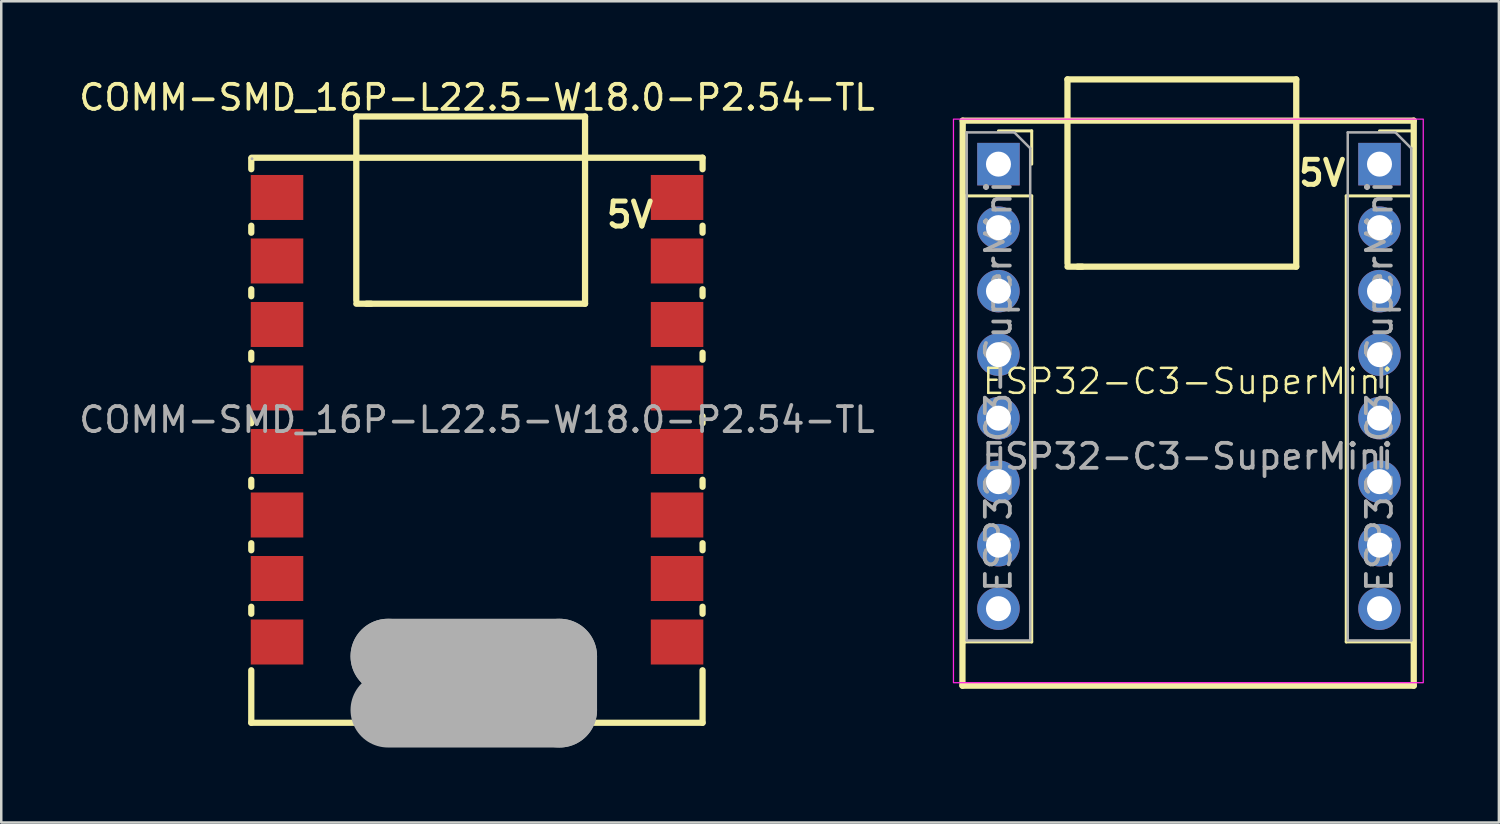
<source format=kicad_pcb>
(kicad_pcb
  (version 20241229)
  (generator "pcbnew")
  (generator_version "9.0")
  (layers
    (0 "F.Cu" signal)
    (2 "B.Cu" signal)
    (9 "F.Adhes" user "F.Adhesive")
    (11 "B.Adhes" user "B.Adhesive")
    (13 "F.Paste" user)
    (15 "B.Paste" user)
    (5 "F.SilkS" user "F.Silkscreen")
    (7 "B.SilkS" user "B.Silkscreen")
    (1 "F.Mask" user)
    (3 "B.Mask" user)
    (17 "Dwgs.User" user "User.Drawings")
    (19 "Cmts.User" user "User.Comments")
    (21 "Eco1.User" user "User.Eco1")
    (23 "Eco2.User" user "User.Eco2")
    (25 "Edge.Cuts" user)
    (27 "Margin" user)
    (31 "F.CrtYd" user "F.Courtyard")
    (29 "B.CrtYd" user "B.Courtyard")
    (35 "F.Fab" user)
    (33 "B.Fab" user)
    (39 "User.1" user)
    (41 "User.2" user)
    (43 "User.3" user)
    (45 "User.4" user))
  (footprint "ESP32-C3-SuperMini"
    (layer "F.Cu")
    (at 44.455 12.705)
    (property "Reference" "ESP32-C3-SuperMini" (at 0 -0.5 0) (unlocked yes) (layer "F.SilkS") (effects (font (size 1 1) (thickness 0.1))))
    (attr smd)
    (fp_line (start -9.01 11.67) (end 9.04 11.67) (stroke (width 0.25) (type solid)) (layer "F.SilkS"))
    (fp_line (start -9 -10.93) (end -9.01 11.67) (stroke (width 0.25) (type solid)) (layer "F.SilkS"))
    (fp_line (start -8.9 -7.92) (end -8.9 9.92) (stroke (width 0.12) (type solid)) (layer "F.SilkS"))
    (fp_line (start -8.9 -7.92) (end -6.24 -7.92) (stroke (width 0.12) (type solid)) (layer "F.SilkS"))
    (fp_line (start -8.9 9.92) (end -6.24 9.92) (stroke (width 0.12) (type solid)) (layer "F.SilkS"))
    (fp_line (start -7.57 -10.52) (end -6.24 -10.52) (stroke (width 0.12) (type solid)) (layer "F.SilkS"))
    (fp_line (start -6.24 -10.52) (end -6.24 -9.19) (stroke (width 0.12) (type solid)) (layer "F.SilkS"))
    (fp_line (start -6.24 -7.92) (end -6.24 9.92) (stroke (width 0.12) (type solid)) (layer "F.SilkS"))
    (fp_line (start -4.81 -12.58) (end 4.34 -12.58) (stroke (width 0.25) (type solid)) (layer "F.SilkS"))
    (fp_line (start -4.81 -5.22) (end -4.81 -12.58) (stroke (width 0.25) (type solid)) (layer "F.SilkS"))
    (fp_line (start -4.22 -5.09) (end -4.81 -5.09) (stroke (width 0.25) (type solid)) (layer "F.SilkS"))
    (fp_line (start 4.34 -12.58) (end 4.34 -5.09) (stroke (width 0.25) (type solid)) (layer "F.SilkS"))
    (fp_line (start 4.34 -5.09) (end -4.4 -5.09) (stroke (width 0.25) (type solid)) (layer "F.SilkS"))
    (fp_line (start 6.34 -7.92) (end 6.34 9.92) (stroke (width 0.12) (type solid)) (layer "F.SilkS"))
    (fp_line (start 6.34 -7.92) (end 9 -7.92) (stroke (width 0.12) (type solid)) (layer "F.SilkS"))
    (fp_line (start 6.34 9.92) (end 9 9.92) (stroke (width 0.12) (type solid)) (layer "F.SilkS"))
    (fp_line (start 7.67 -10.52) (end 9 -10.52) (stroke (width 0.12) (type solid)) (layer "F.SilkS"))
    (fp_line (start 9 -10.52) (end 9 -9.19) (stroke (width 0.12) (type solid)) (layer "F.SilkS"))
    (fp_line (start 9 -7.92) (end 9 9.92) (stroke (width 0.12) (type solid)) (layer "F.SilkS"))
    (fp_line (start 9.04 -10.93) (end -9 -10.93) (stroke (width 0.25) (type solid)) (layer "F.SilkS"))
    (fp_line (start 9.04 11.67) (end 9.04 -10.93) (stroke (width 0.25) (type solid)) (layer "F.SilkS"))
    (fp_rect (start -9.37 -10.99) (end 9.42 11.55) (stroke (width 0.05) (type default)) (fill no) (layer "F.CrtYd"))
    (fp_line (start -8.84 -10.46) (end -6.935 -10.46) (stroke (width 0.1) (type solid)) (layer "F.Fab"))
    (fp_line (start -8.84 9.86) (end -8.84 -10.46) (stroke (width 0.1) (type solid)) (layer "F.Fab"))
    (fp_line (start -6.935 -10.46) (end -6.3 -9.825) (stroke (width 0.1) (type solid)) (layer "F.Fab"))
    (fp_line (start -6.3 -9.825) (end -6.3 9.86) (stroke (width 0.1) (type solid)) (layer "F.Fab"))
    (fp_line (start -6.3 9.86) (end -8.84 9.86) (stroke (width 0.1) (type solid)) (layer "F.Fab"))
    (fp_line (start 6.4 -10.46) (end 8.305 -10.46) (stroke (width 0.1) (type solid)) (layer "F.Fab"))
    (fp_line (start 6.4 9.86) (end 6.4 -10.46) (stroke (width 0.1) (type solid)) (layer "F.Fab"))
    (fp_line (start 8.305 -10.46) (end 8.94 -9.825) (stroke (width 0.1) (type solid)) (layer "F.Fab"))
    (fp_line (start 8.94 -9.825) (end 8.94 9.86) (stroke (width 0.1) (type solid)) (layer "F.Fab"))
    (fp_line (start 8.94 9.86) (end 6.4 9.86) (stroke (width 0.1) (type solid)) (layer "F.Fab"))
    (fp_text user "5V" (at 4.34 -8.835 0) (layer "F.SilkS") (effects (font (size 1 1) (thickness 0.2)) (justify left)))
    (fp_text user "${REFERENCE}" (at 0 2.5 0) (unlocked yes) (layer "F.Fab") (effects (font (size 1 1) (thickness 0.15))))
    (fp_text user "${REFERENCE}" (at 7.67 -0.3 90) (layer "F.Fab") (effects (font (size 1 1) (thickness 0.15))))
    (fp_text user "${REFERENCE}" (at -7.57 -0.3 90) (layer "F.Fab") (effects (font (size 1 1) (thickness 0.15))))
    (pad "1" thru_hole rect (at -7.57 -9.19) (size 1.7 1.7) (drill 1) (layers "*.Cu" "*.Mask"))
    (pad "2" thru_hole circle (at -7.57 -6.65) (size 1.7 1.7) (drill 1) (layers "*.Cu" "*.Mask"))
    (pad "3" thru_hole circle (at -7.57 -4.11) (size 1.7 1.7) (drill 1) (layers "*.Cu" "*.Mask"))
    (pad "4" thru_hole circle (at -7.57 -1.57) (size 1.7 1.7) (drill 1) (layers "*.Cu" "*.Mask"))
    (pad "5" thru_hole circle (at -7.57 0.97) (size 1.7 1.7) (drill 1) (layers "*.Cu" "*.Mask"))
    (pad "6" thru_hole circle (at -7.57 3.51) (size 1.7 1.7) (drill 1) (layers "*.Cu" "*.Mask"))
    (pad "7" thru_hole circle (at -7.57 6.05) (size 1.7 1.7) (drill 1) (layers "*.Cu" "*.Mask"))
    (pad "8" thru_hole circle (at -7.57 8.59) (size 1.7 1.7) (drill 1) (layers "*.Cu" "*.Mask"))
    (pad "9" thru_hole circle (at 7.67 8.59) (size 1.7 1.7) (drill 1) (layers "*.Cu" "*.Mask"))
    (pad "10" thru_hole circle (at 7.67 6.05) (size 1.7 1.7) (drill 1) (layers "*.Cu" "*.Mask"))
    (pad "11" thru_hole circle (at 7.67 3.51) (size 1.7 1.7) (drill 1) (layers "*.Cu" "*.Mask"))
    (pad "12" thru_hole circle (at 7.67 0.97) (size 1.7 1.7) (drill 1) (layers "*.Cu" "*.Mask"))
    (pad "13" thru_hole circle (at 7.67 -1.57) (size 1.7 1.7) (drill 1) (layers "*.Cu" "*.Mask"))
    (pad "14" thru_hole circle (at 7.67 -4.11) (size 1.7 1.7) (drill 1) (layers "*.Cu" "*.Mask"))
    (pad "15" thru_hole circle (at 7.67 -6.65) (size 1.7 1.7) (drill 1) (layers "*.Cu" "*.Mask"))
    (pad "16" thru_hole rect (at 7.67 -9.19) (size 1.7 1.7) (drill 1) (layers "*.Cu" "*.Mask")))
  (footprint "COMM-SMD_16P-L22.5-W18.0-P2.54-TL"
    (layer "F.Cu")
    (at 16.03 13.738)
    (property "Reference" "COMM-SMD_16P-L22.5-W18.0-P2.54-TL" (at 0 -12.89 0) (layer "F.SilkS") (effects (font (size 1 1) (thickness 0.15))))
    (attr smd)
    (fp_line (start -9.03 -10.45) (end -9.03 -10.02) (stroke (width 0.25) (type solid)) (layer "F.SilkS"))
    (fp_line (start -9.03 -7.76) (end -9.03 -7.48) (stroke (width 0.25) (type solid)) (layer "F.SilkS"))
    (fp_line (start -9.03 -5.22) (end -9.03 -4.94) (stroke (width 0.25) (type solid)) (layer "F.SilkS"))
    (fp_line (start -9.03 -2.68) (end -9.03 -2.4) (stroke (width 0.25) (type solid)) (layer "F.SilkS"))
    (fp_line (start -9.03 -0.14) (end -9.03 0.14) (stroke (width 0.25) (type solid)) (layer "F.SilkS"))
    (fp_line (start -9.03 2.4) (end -9.03 2.68) (stroke (width 0.25) (type solid)) (layer "F.SilkS"))
    (fp_line (start -9.03 4.94) (end -9.03 5.22) (stroke (width 0.25) (type solid)) (layer "F.SilkS"))
    (fp_line (start -9.03 7.48) (end -9.03 7.76) (stroke (width 0.25) (type solid)) (layer "F.SilkS"))
    (fp_line (start -9.03 10.02) (end -9.03 12.12) (stroke (width 0.25) (type solid)) (layer "F.SilkS"))
    (fp_line (start -9.03 12.12) (end 9.02 12.12) (stroke (width 0.25) (type solid)) (layer "F.SilkS"))
    (fp_line (start -4.83 -12.13) (end 4.32 -12.13) (stroke (width 0.25) (type solid)) (layer "F.SilkS"))
    (fp_line (start -4.83 -4.77) (end -4.83 -12.13) (stroke (width 0.25) (type solid)) (layer "F.SilkS"))
    (fp_line (start -4.24 -4.64) (end -4.83 -4.64) (stroke (width 0.25) (type solid)) (layer "F.SilkS"))
    (fp_line (start 4.32 -12.13) (end 4.32 -4.64) (stroke (width 0.25) (type solid)) (layer "F.SilkS"))
    (fp_line (start 4.32 -4.64) (end -4.42 -4.64) (stroke (width 0.25) (type solid)) (layer "F.SilkS"))
    (fp_line (start 9.02 -10.48) (end -9.02 -10.48) (stroke (width 0.25) (type solid)) (layer "F.SilkS"))
    (fp_line (start 9.02 -10.02) (end 9.02 -10.48) (stroke (width 0.25) (type solid)) (layer "F.SilkS"))
    (fp_line (start 9.02 -7.48) (end 9.02 -7.76) (stroke (width 0.25) (type solid)) (layer "F.SilkS"))
    (fp_line (start 9.02 -4.94) (end 9.02 -5.22) (stroke (width 0.25) (type solid)) (layer "F.SilkS"))
    (fp_line (start 9.02 -2.4) (end 9.02 -2.68) (stroke (width 0.25) (type solid)) (layer "F.SilkS"))
    (fp_line (start 9.02 0.14) (end 9.02 -0.14) (stroke (width 0.25) (type solid)) (layer "F.SilkS"))
    (fp_line (start 9.02 2.68) (end 9.02 2.4) (stroke (width 0.25) (type solid)) (layer "F.SilkS"))
    (fp_line (start 9.02 5.22) (end 9.02 4.94) (stroke (width 0.25) (type solid)) (layer "F.SilkS"))
    (fp_line (start 9.02 7.76) (end 9.02 7.48) (stroke (width 0.25) (type solid)) (layer "F.SilkS"))
    (fp_line (start 9.02 12.12) (end 9.02 10.02) (stroke (width 0.25) (type solid)) (layer "F.SilkS"))
    (fp_line (start -3.56 9.46) (end -3.56 9.46) (stroke (width 3) (type solid)) (layer "F.Fab"))
    (fp_line (start -3.56 9.46) (end 3.3 9.46) (stroke (width 3) (type solid)) (layer "F.Fab"))
    (fp_line (start 3.3 9.46) (end 3.3 11.61) (stroke (width 3) (type solid)) (layer "F.Fab"))
    (fp_line (start 3.3 11.61) (end -3.56 11.61) (stroke (width 3) (type solid)) (layer "F.Fab"))
    (fp_circle (center -9 -10.44) (end -8.97 -10.44) (stroke (width 0.06) (type solid)) (fill no) (layer "F.Fab"))
    (fp_text user "5V" (at 5.08 -8.2 0) (layer "F.SilkS") (effects (font (size 1 1) (thickness 0.2)) (justify left)))
    (fp_text user "${REFERENCE}" (at 0 0 0) (layer "F.Fab") (effects (font (size 1 1) (thickness 0.15))))
    (pad "1" smd rect (at -8 -8.89) (size 2.1 1.8) (layers "F.Cu" "F.Mask" "F.Paste"))
    (pad "2" smd rect (at -8 -6.35) (size 2.1 1.8) (layers "F.Cu" "F.Mask" "F.Paste"))
    (pad "3" smd rect (at -8 -3.81) (size 2.1 1.8) (layers "F.Cu" "F.Mask" "F.Paste"))
    (pad "4" smd rect (at -8 -1.27) (size 2.1 1.8) (layers "F.Cu" "F.Mask" "F.Paste"))
    (pad "5" smd rect (at -8 1.27) (size 2.1 1.8) (layers "F.Cu" "F.Mask" "F.Paste"))
    (pad "6" smd rect (at -8 3.81) (size 2.1 1.8) (layers "F.Cu" "F.Mask" "F.Paste"))
    (pad "7" smd rect (at -8 6.35) (size 2.1 1.8) (layers "F.Cu" "F.Mask" "F.Paste"))
    (pad "8" smd rect (at -8 8.89) (size 2.1 1.8) (layers "F.Cu" "F.Mask" "F.Paste"))
    (pad "9" smd rect (at 8 8.89) (size 2.1 1.8) (layers "F.Cu" "F.Mask" "F.Paste"))
    (pad "10" smd rect (at 8 6.35) (size 2.1 1.8) (layers "F.Cu" "F.Mask" "F.Paste"))
    (pad "11" smd rect (at 8 3.81) (size 2.1 1.8) (layers "F.Cu" "F.Mask" "F.Paste"))
    (pad "12" smd rect (at 8 1.27) (size 2.1 1.8) (layers "F.Cu" "F.Mask" "F.Paste"))
    (pad "13" smd rect (at 8 -1.27) (size 2.1 1.8) (layers "F.Cu" "F.Mask" "F.Paste"))
    (pad "14" smd rect (at 8 -3.81) (size 2.1 1.8) (layers "F.Cu" "F.Mask" "F.Paste"))
    (pad "15" smd rect (at 8 -6.35) (size 2.1 1.8) (layers "F.Cu" "F.Mask" "F.Paste"))
    (pad "16" smd rect (at 8 -8.89) (size 2.1 1.8) (layers "F.Cu" "F.Mask" "F.Paste")))
  (gr_rect
    (start -3 -3)
    (end 56.9 29.848)
    (stroke (width 0.1) (type default))
    (fill no)
    (layer "Edge.Cuts")))
</source>
